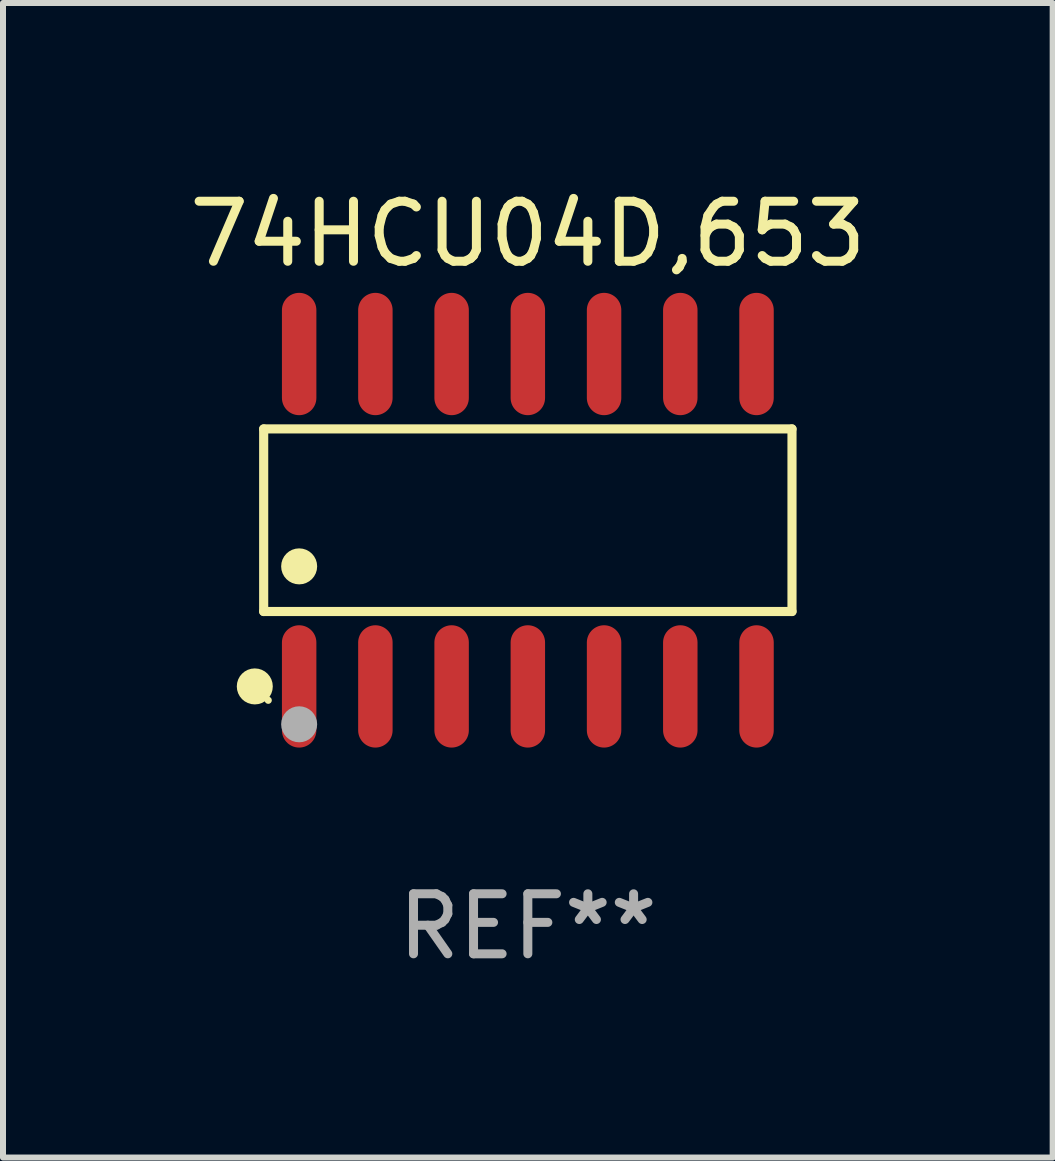
<source format=kicad_pcb>
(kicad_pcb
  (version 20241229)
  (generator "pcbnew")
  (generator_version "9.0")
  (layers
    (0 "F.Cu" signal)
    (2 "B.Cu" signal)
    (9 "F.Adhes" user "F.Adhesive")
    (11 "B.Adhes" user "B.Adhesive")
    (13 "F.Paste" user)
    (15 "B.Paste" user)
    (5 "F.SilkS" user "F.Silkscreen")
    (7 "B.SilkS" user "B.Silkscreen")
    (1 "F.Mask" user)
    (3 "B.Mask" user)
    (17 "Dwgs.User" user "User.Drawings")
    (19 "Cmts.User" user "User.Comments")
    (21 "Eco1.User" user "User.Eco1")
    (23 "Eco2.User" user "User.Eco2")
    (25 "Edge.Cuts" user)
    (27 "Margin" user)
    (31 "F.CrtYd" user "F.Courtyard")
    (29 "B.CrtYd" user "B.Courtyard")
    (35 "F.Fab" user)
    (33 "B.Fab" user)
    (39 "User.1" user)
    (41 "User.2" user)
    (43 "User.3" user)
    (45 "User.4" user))
  (footprint "74HCU04D,653"
    (layer "F.Cu")
    (at 5.744 5.617)
    (property "Reference" "74HCU04D,653" (at 0 -4.769 0) (layer "F.SilkS") (effects (font (size 1 1) (thickness 0.15))))
    (attr through_hole)
    (fp_line (start -4.401 -1.521) (end 4.401 -1.521) (stroke (width 0.152) (type solid)) (layer "F.SilkS"))
    (fp_line (start -4.401 1.521) (end -4.401 -1.521) (stroke (width 0.152) (type solid)) (layer "F.SilkS"))
    (fp_line (start 4.401 -1.521) (end 4.401 1.521) (stroke (width 0.152) (type solid)) (layer "F.SilkS"))
    (fp_line (start 4.401 1.521) (end -4.401 1.521) (stroke (width 0.152) (type solid)) (layer "F.SilkS"))
    (fp_circle (center -4.549 2.769) (end -4.399 2.769) (stroke (width 0.3) (type solid)) (fill no) (layer "F.SilkS"))
    (fp_circle (center -4.325 3) (end -4.295 3) (stroke (width 0.06) (type solid)) (fill no) (layer "F.SilkS"))
    (fp_circle (center -3.81 0.769) (end -3.66 0.769) (stroke (width 0.3) (type solid)) (fill no) (layer "F.SilkS"))
    (fp_circle (center -3.81 3.4) (end -3.66 3.4) (stroke (width 0.3) (type solid)) (fill no) (layer "F.Fab"))
    (fp_text user "REF**" (at 0 6.769 0) (layer "F.Fab") (effects (font (size 1 1) (thickness 0.15))))
    (pad "1" smd oval (at -3.81 2.769) (size 0.574 2.038) (layers "F.Cu" "F.Mask" "F.Paste"))
    (pad "2" smd oval (at -2.54 2.769) (size 0.574 2.038) (layers "F.Cu" "F.Mask" "F.Paste"))
    (pad "3" smd oval (at -1.27 2.769) (size 0.574 2.038) (layers "F.Cu" "F.Mask" "F.Paste"))
    (pad "4" smd oval (at 0 2.769) (size 0.574 2.038) (layers "F.Cu" "F.Mask" "F.Paste"))
    (pad "5" smd oval (at 1.27 2.769) (size 0.574 2.038) (layers "F.Cu" "F.Mask" "F.Paste"))
    (pad "6" smd oval (at 2.54 2.769) (size 0.574 2.038) (layers "F.Cu" "F.Mask" "F.Paste"))
    (pad "7" smd oval (at 3.81 2.769) (size 0.574 2.038) (layers "F.Cu" "F.Mask" "F.Paste"))
    (pad "8" smd oval (at 3.81 -2.769) (size 0.574 2.038) (layers "F.Cu" "F.Mask" "F.Paste"))
    (pad "9" smd oval (at 2.54 -2.769) (size 0.574 2.038) (layers "F.Cu" "F.Mask" "F.Paste"))
    (pad "10" smd oval (at 1.27 -2.769) (size 0.574 2.038) (layers "F.Cu" "F.Mask" "F.Paste"))
    (pad "11" smd oval (at 0 -2.769) (size 0.574 2.038) (layers "F.Cu" "F.Mask" "F.Paste"))
    (pad "12" smd oval (at -1.27 -2.769) (size 0.574 2.038) (layers "F.Cu" "F.Mask" "F.Paste"))
    (pad "13" smd oval (at -2.54 -2.769) (size 0.574 2.038) (layers "F.Cu" "F.Mask" "F.Paste"))
    (pad "14" smd oval (at -3.81 -2.769) (size 0.574 2.038) (layers "F.Cu" "F.Mask" "F.Paste")))
  (gr_rect
    (start -3 -3)
    (end 14.488 16.235)
    (stroke (width 0.1) (type default))
    (fill no)
    (layer "Edge.Cuts")))
</source>
